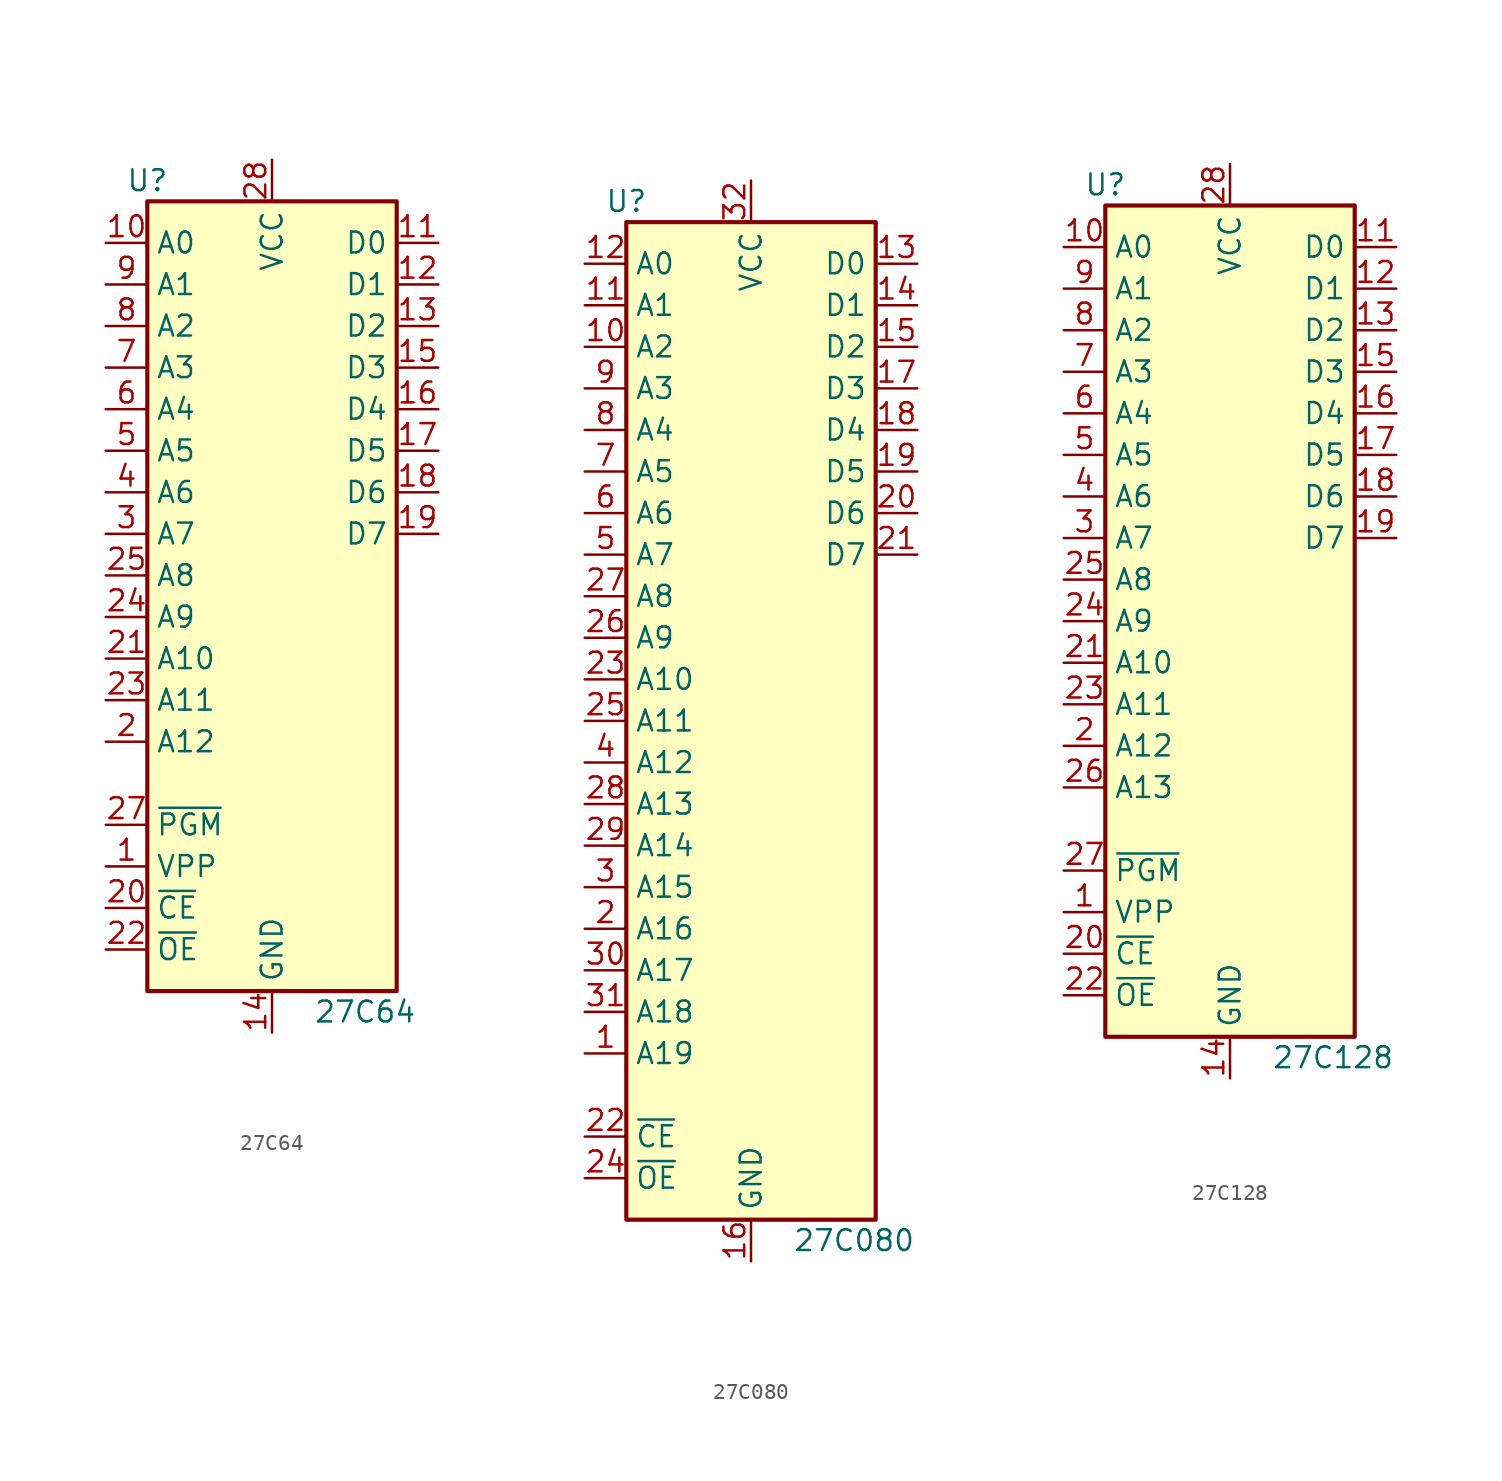
<source format=kicad_sym>
(kicad_symbol_lib
  (version 20201005)
  (generator kicad_symbol_editor)
  (symbol "27C64"
    (property "Reference" "U"
      (at -7.62 24.13 0)
      (effects (font (size 1.27 1.27))))
    (property "Value" "27C64"
      (at 2.54 -26.67 0)
      (effects (font (size 1.27 1.27)) (justify left)))
    (symbol "27C64_1_1"
      (rectangle (start -7.62 22.86) (end 7.62 -25.4) (stroke (width 0.254)) (fill (type background)))
      (pin input line (at -10.16 -17.78 0) (length 2.54) (name "VPP" (effects (font (size 1.27 1.27)))) (number "1" (effects (font (size 1.27 1.27)))))
      (pin input line (at -10.16 20.32 0) (length 2.54) (name "A0" (effects (font (size 1.27 1.27)))) (number "10" (effects (font (size 1.27 1.27)))))
      (pin tri_state line (at 10.16 20.32 180) (length 2.54) (name "D0" (effects (font (size 1.27 1.27)))) (number "11" (effects (font (size 1.27 1.27)))))
      (pin tri_state line (at 10.16 17.78 180) (length 2.54) (name "D1" (effects (font (size 1.27 1.27)))) (number "12" (effects (font (size 1.27 1.27)))))
      (pin tri_state line (at 10.16 15.24 180) (length 2.54) (name "D2" (effects (font (size 1.27 1.27)))) (number "13" (effects (font (size 1.27 1.27)))))
      (pin power_in line (at 0 -27.94 90) (length 2.54) (name "GND" (effects (font (size 1.27 1.27)))) (number "14" (effects (font (size 1.27 1.27)))))
      (pin tri_state line (at 10.16 12.7 180) (length 2.54) (name "D3" (effects (font (size 1.27 1.27)))) (number "15" (effects (font (size 1.27 1.27)))))
      (pin tri_state line (at 10.16 10.16 180) (length 2.54) (name "D4" (effects (font (size 1.27 1.27)))) (number "16" (effects (font (size 1.27 1.27)))))
      (pin tri_state line (at 10.16 7.62 180) (length 2.54) (name "D5" (effects (font (size 1.27 1.27)))) (number "17" (effects (font (size 1.27 1.27)))))
      (pin tri_state line (at 10.16 5.08 180) (length 2.54) (name "D6" (effects (font (size 1.27 1.27)))) (number "18" (effects (font (size 1.27 1.27)))))
      (pin tri_state line (at 10.16 2.54 180) (length 2.54) (name "D7" (effects (font (size 1.27 1.27)))) (number "19" (effects (font (size 1.27 1.27)))))
      (pin input line (at -10.16 -10.16 0) (length 2.54) (name "A12" (effects (font (size 1.27 1.27)))) (number "2" (effects (font (size 1.27 1.27)))))
      (pin input line (at -10.16 -20.32 0) (length 2.54) (name "~CE" (effects (font (size 1.27 1.27)))) (number "20" (effects (font (size 1.27 1.27)))))
      (pin input line (at -10.16 -5.08 0) (length 2.54) (name "A10" (effects (font (size 1.27 1.27)))) (number "21" (effects (font (size 1.27 1.27)))))
      (pin input line (at -10.16 -22.86 0) (length 2.54) (name "~OE" (effects (font (size 1.27 1.27)))) (number "22" (effects (font (size 1.27 1.27)))))
      (pin input line (at -10.16 -7.62 0) (length 2.54) (name "A11" (effects (font (size 1.27 1.27)))) (number "23" (effects (font (size 1.27 1.27)))))
      (pin input line (at -10.16 -2.54 0) (length 2.54) (name "A9" (effects (font (size 1.27 1.27)))) (number "24" (effects (font (size 1.27 1.27)))))
      (pin input line (at -10.16 0 0) (length 2.54) (name "A8" (effects (font (size 1.27 1.27)))) (number "25" (effects (font (size 1.27 1.27)))))
      (pin no_connect line (at 7.62 0 180) (length 2.54) hide (name "NC" (effects (font (size 1.27 1.27)))) (number "26" (effects (font (size 1.27 1.27)))))
      (pin input line (at -10.16 -15.24 0) (length 2.54) (name "~PGM" (effects (font (size 1.27 1.27)))) (number "27" (effects (font (size 1.27 1.27)))))
      (pin power_in line (at 0 25.4 270) (length 2.54) (name "VCC" (effects (font (size 1.27 1.27)))) (number "28" (effects (font (size 1.27 1.27)))))
      (pin input line (at -10.16 2.54 0) (length 2.54) (name "A7" (effects (font (size 1.27 1.27)))) (number "3" (effects (font (size 1.27 1.27)))))
      (pin input line (at -10.16 5.08 0) (length 2.54) (name "A6" (effects (font (size 1.27 1.27)))) (number "4" (effects (font (size 1.27 1.27)))))
      (pin input line (at -10.16 7.62 0) (length 2.54) (name "A5" (effects (font (size 1.27 1.27)))) (number "5" (effects (font (size 1.27 1.27)))))
      (pin input line (at -10.16 10.16 0) (length 2.54) (name "A4" (effects (font (size 1.27 1.27)))) (number "6" (effects (font (size 1.27 1.27)))))
      (pin input line (at -10.16 12.7 0) (length 2.54) (name "A3" (effects (font (size 1.27 1.27)))) (number "7" (effects (font (size 1.27 1.27)))))
      (pin input line (at -10.16 15.24 0) (length 2.54) (name "A2" (effects (font (size 1.27 1.27)))) (number "8" (effects (font (size 1.27 1.27)))))
      (pin input line (at -10.16 17.78 0) (length 2.54) (name "A1" (effects (font (size 1.27 1.27)))) (number "9" (effects (font (size 1.27 1.27)))))))
  (symbol "27C080"
    (property "Reference" "U"
      (at -7.62 31.75 0)
      (effects (font (size 1.27 1.27))))
    (property "Value" "27C080"
      (at 2.54 -31.75 0)
      (effects (font (size 1.27 1.27)) (justify left)))
    (symbol "27C080_1_1"
      (rectangle (start -7.62 30.48) (end 7.62 -30.48) (stroke (width 0.254)) (fill (type background)))
      (pin input line (at -10.16 -20.32 0) (length 2.54) (name "A19" (effects (font (size 1.27 1.27)))) (number "1" (effects (font (size 1.27 1.27)))))
      (pin input line (at -10.16 22.86 0) (length 2.54) (name "A2" (effects (font (size 1.27 1.27)))) (number "10" (effects (font (size 1.27 1.27)))))
      (pin input line (at -10.16 25.4 0) (length 2.54) (name "A1" (effects (font (size 1.27 1.27)))) (number "11" (effects (font (size 1.27 1.27)))))
      (pin input line (at -10.16 27.94 0) (length 2.54) (name "A0" (effects (font (size 1.27 1.27)))) (number "12" (effects (font (size 1.27 1.27)))))
      (pin tri_state line (at 10.16 27.94 180) (length 2.54) (name "D0" (effects (font (size 1.27 1.27)))) (number "13" (effects (font (size 1.27 1.27)))))
      (pin tri_state line (at 10.16 25.4 180) (length 2.54) (name "D1" (effects (font (size 1.27 1.27)))) (number "14" (effects (font (size 1.27 1.27)))))
      (pin tri_state line (at 10.16 22.86 180) (length 2.54) (name "D2" (effects (font (size 1.27 1.27)))) (number "15" (effects (font (size 1.27 1.27)))))
      (pin power_in line (at 0 -33.02 90) (length 2.54) (name "GND" (effects (font (size 1.27 1.27)))) (number "16" (effects (font (size 1.27 1.27)))))
      (pin tri_state line (at 10.16 20.32 180) (length 2.54) (name "D3" (effects (font (size 1.27 1.27)))) (number "17" (effects (font (size 1.27 1.27)))))
      (pin tri_state line (at 10.16 17.78 180) (length 2.54) (name "D4" (effects (font (size 1.27 1.27)))) (number "18" (effects (font (size 1.27 1.27)))))
      (pin tri_state line (at 10.16 15.24 180) (length 2.54) (name "D5" (effects (font (size 1.27 1.27)))) (number "19" (effects (font (size 1.27 1.27)))))
      (pin input line (at -10.16 -12.7 0) (length 2.54) (name "A16" (effects (font (size 1.27 1.27)))) (number "2" (effects (font (size 1.27 1.27)))))
      (pin tri_state line (at 10.16 12.7 180) (length 2.54) (name "D6" (effects (font (size 1.27 1.27)))) (number "20" (effects (font (size 1.27 1.27)))))
      (pin tri_state line (at 10.16 10.16 180) (length 2.54) (name "D7" (effects (font (size 1.27 1.27)))) (number "21" (effects (font (size 1.27 1.27)))))
      (pin input line (at -10.16 -25.4 0) (length 2.54) (name "~CE" (effects (font (size 1.27 1.27)))) (number "22" (effects (font (size 1.27 1.27)))))
      (pin input line (at -10.16 2.54 0) (length 2.54) (name "A10" (effects (font (size 1.27 1.27)))) (number "23" (effects (font (size 1.27 1.27)))))
      (pin input line (at -10.16 -27.94 0) (length 2.54) (name "~OE" (effects (font (size 1.27 1.27)))) (number "24" (effects (font (size 1.27 1.27)))))
      (pin input line (at -10.16 0 0) (length 2.54) (name "A11" (effects (font (size 1.27 1.27)))) (number "25" (effects (font (size 1.27 1.27)))))
      (pin input line (at -10.16 5.08 0) (length 2.54) (name "A9" (effects (font (size 1.27 1.27)))) (number "26" (effects (font (size 1.27 1.27)))))
      (pin input line (at -10.16 7.62 0) (length 2.54) (name "A8" (effects (font (size 1.27 1.27)))) (number "27" (effects (font (size 1.27 1.27)))))
      (pin input line (at -10.16 -5.08 0) (length 2.54) (name "A13" (effects (font (size 1.27 1.27)))) (number "28" (effects (font (size 1.27 1.27)))))
      (pin input line (at -10.16 -7.62 0) (length 2.54) (name "A14" (effects (font (size 1.27 1.27)))) (number "29" (effects (font (size 1.27 1.27)))))
      (pin input line (at -10.16 -10.16 0) (length 2.54) (name "A15" (effects (font (size 1.27 1.27)))) (number "3" (effects (font (size 1.27 1.27)))))
      (pin input line (at -10.16 -15.24 0) (length 2.54) (name "A17" (effects (font (size 1.27 1.27)))) (number "30" (effects (font (size 1.27 1.27)))))
      (pin input line (at -10.16 -17.78 0) (length 2.54) (name "A18" (effects (font (size 1.27 1.27)))) (number "31" (effects (font (size 1.27 1.27)))))
      (pin power_in line (at 0 33.02 270) (length 2.54) (name "VCC" (effects (font (size 1.27 1.27)))) (number "32" (effects (font (size 1.27 1.27)))))
      (pin input line (at -10.16 -2.54 0) (length 2.54) (name "A12" (effects (font (size 1.27 1.27)))) (number "4" (effects (font (size 1.27 1.27)))))
      (pin input line (at -10.16 10.16 0) (length 2.54) (name "A7" (effects (font (size 1.27 1.27)))) (number "5" (effects (font (size 1.27 1.27)))))
      (pin input line (at -10.16 12.7 0) (length 2.54) (name "A6" (effects (font (size 1.27 1.27)))) (number "6" (effects (font (size 1.27 1.27)))))
      (pin input line (at -10.16 15.24 0) (length 2.54) (name "A5" (effects (font (size 1.27 1.27)))) (number "7" (effects (font (size 1.27 1.27)))))
      (pin input line (at -10.16 17.78 0) (length 2.54) (name "A4" (effects (font (size 1.27 1.27)))) (number "8" (effects (font (size 1.27 1.27)))))
      (pin input line (at -10.16 20.32 0) (length 2.54) (name "A3" (effects (font (size 1.27 1.27)))) (number "9" (effects (font (size 1.27 1.27)))))))
  (symbol "27C128"
    (property "Reference" "U"
      (at -7.62 26.67 0)
      (effects (font (size 1.27 1.27))))
    (property "Value" "27C128"
      (at 2.54 -26.67 0)
      (effects (font (size 1.27 1.27)) (justify left)))
    (symbol "27C128_1_1"
      (rectangle (start -7.62 25.4) (end 7.62 -25.4) (stroke (width 0.254)) (fill (type background)))
      (pin input line (at -10.16 -17.78 0) (length 2.54) (name "VPP" (effects (font (size 1.27 1.27)))) (number "1" (effects (font (size 1.27 1.27)))))
      (pin input line (at -10.16 22.86 0) (length 2.54) (name "A0" (effects (font (size 1.27 1.27)))) (number "10" (effects (font (size 1.27 1.27)))))
      (pin tri_state line (at 10.16 22.86 180) (length 2.54) (name "D0" (effects (font (size 1.27 1.27)))) (number "11" (effects (font (size 1.27 1.27)))))
      (pin tri_state line (at 10.16 20.32 180) (length 2.54) (name "D1" (effects (font (size 1.27 1.27)))) (number "12" (effects (font (size 1.27 1.27)))))
      (pin tri_state line (at 10.16 17.78 180) (length 2.54) (name "D2" (effects (font (size 1.27 1.27)))) (number "13" (effects (font (size 1.27 1.27)))))
      (pin power_in line (at 0 -27.94 90) (length 2.54) (name "GND" (effects (font (size 1.27 1.27)))) (number "14" (effects (font (size 1.27 1.27)))))
      (pin tri_state line (at 10.16 15.24 180) (length 2.54) (name "D3" (effects (font (size 1.27 1.27)))) (number "15" (effects (font (size 1.27 1.27)))))
      (pin tri_state line (at 10.16 12.7 180) (length 2.54) (name "D4" (effects (font (size 1.27 1.27)))) (number "16" (effects (font (size 1.27 1.27)))))
      (pin tri_state line (at 10.16 10.16 180) (length 2.54) (name "D5" (effects (font (size 1.27 1.27)))) (number "17" (effects (font (size 1.27 1.27)))))
      (pin tri_state line (at 10.16 7.62 180) (length 2.54) (name "D6" (effects (font (size 1.27 1.27)))) (number "18" (effects (font (size 1.27 1.27)))))
      (pin tri_state line (at 10.16 5.08 180) (length 2.54) (name "D7" (effects (font (size 1.27 1.27)))) (number "19" (effects (font (size 1.27 1.27)))))
      (pin input line (at -10.16 -7.62 0) (length 2.54) (name "A12" (effects (font (size 1.27 1.27)))) (number "2" (effects (font (size 1.27 1.27)))))
      (pin input line (at -10.16 -20.32 0) (length 2.54) (name "~CE" (effects (font (size 1.27 1.27)))) (number "20" (effects (font (size 1.27 1.27)))))
      (pin input line (at -10.16 -2.54 0) (length 2.54) (name "A10" (effects (font (size 1.27 1.27)))) (number "21" (effects (font (size 1.27 1.27)))))
      (pin input line (at -10.16 -22.86 0) (length 2.54) (name "~OE" (effects (font (size 1.27 1.27)))) (number "22" (effects (font (size 1.27 1.27)))))
      (pin input line (at -10.16 -5.08 0) (length 2.54) (name "A11" (effects (font (size 1.27 1.27)))) (number "23" (effects (font (size 1.27 1.27)))))
      (pin input line (at -10.16 0 0) (length 2.54) (name "A9" (effects (font (size 1.27 1.27)))) (number "24" (effects (font (size 1.27 1.27)))))
      (pin input line (at -10.16 2.54 0) (length 2.54) (name "A8" (effects (font (size 1.27 1.27)))) (number "25" (effects (font (size 1.27 1.27)))))
      (pin input line (at -10.16 -10.16 0) (length 2.54) (name "A13" (effects (font (size 1.27 1.27)))) (number "26" (effects (font (size 1.27 1.27)))))
      (pin input line (at -10.16 -15.24 0) (length 2.54) (name "~PGM" (effects (font (size 1.27 1.27)))) (number "27" (effects (font (size 1.27 1.27)))))
      (pin power_in line (at 0 27.94 270) (length 2.54) (name "VCC" (effects (font (size 1.27 1.27)))) (number "28" (effects (font (size 1.27 1.27)))))
      (pin input line (at -10.16 5.08 0) (length 2.54) (name "A7" (effects (font (size 1.27 1.27)))) (number "3" (effects (font (size 1.27 1.27)))))
      (pin input line (at -10.16 7.62 0) (length 2.54) (name "A6" (effects (font (size 1.27 1.27)))) (number "4" (effects (font (size 1.27 1.27)))))
      (pin input line (at -10.16 10.16 0) (length 2.54) (name "A5" (effects (font (size 1.27 1.27)))) (number "5" (effects (font (size 1.27 1.27)))))
      (pin input line (at -10.16 12.7 0) (length 2.54) (name "A4" (effects (font (size 1.27 1.27)))) (number "6" (effects (font (size 1.27 1.27)))))
      (pin input line (at -10.16 15.24 0) (length 2.54) (name "A3" (effects (font (size 1.27 1.27)))) (number "7" (effects (font (size 1.27 1.27)))))
      (pin input line (at -10.16 17.78 0) (length 2.54) (name "A2" (effects (font (size 1.27 1.27)))) (number "8" (effects (font (size 1.27 1.27)))))
      (pin input line (at -10.16 20.32 0) (length 2.54) (name "A1" (effects (font (size 1.27 1.27)))) (number "9" (effects (font (size 1.27 1.27))))))))
</source>
